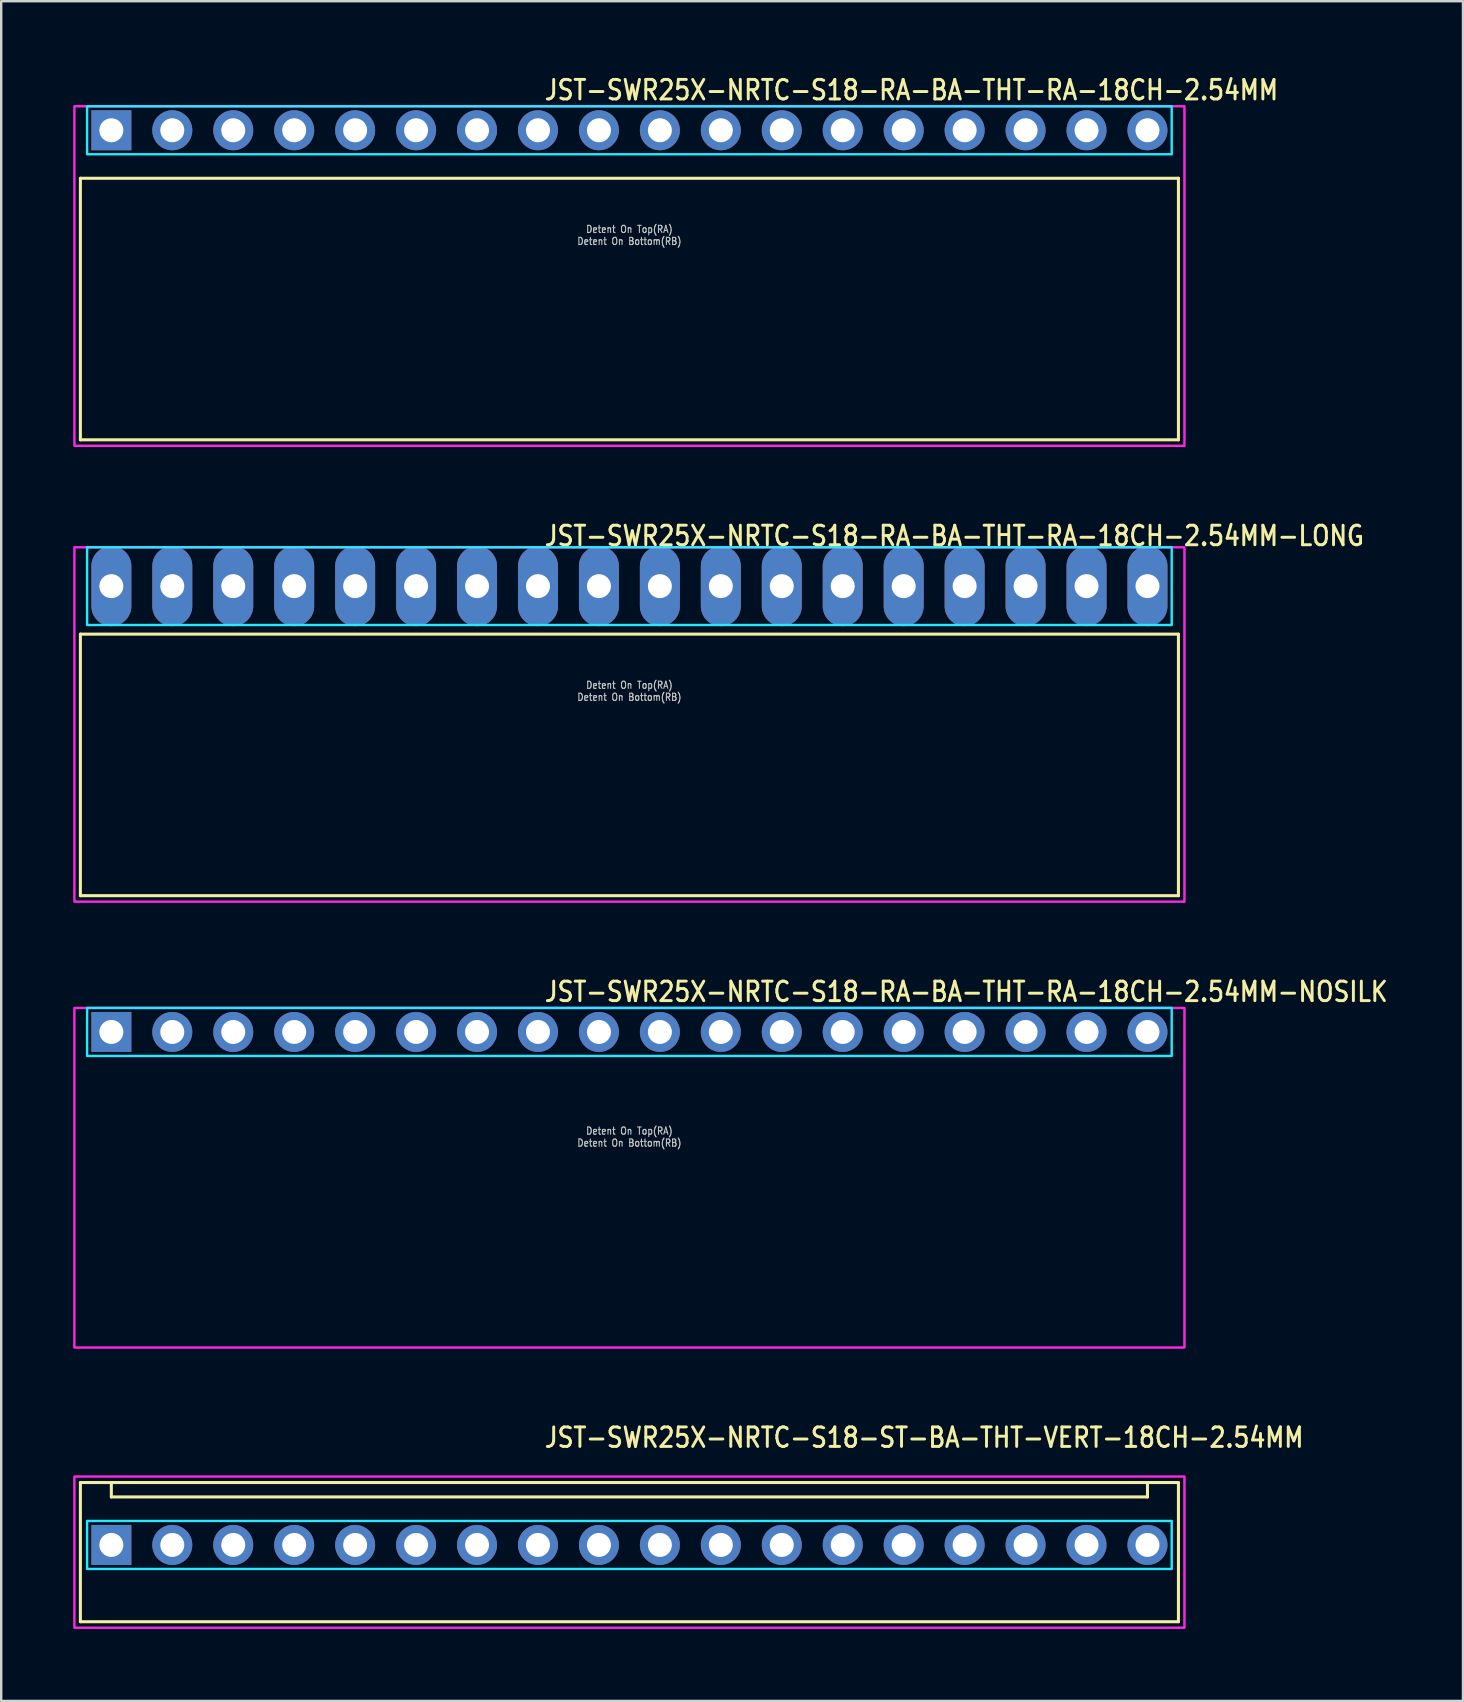
<source format=kicad_pcb>
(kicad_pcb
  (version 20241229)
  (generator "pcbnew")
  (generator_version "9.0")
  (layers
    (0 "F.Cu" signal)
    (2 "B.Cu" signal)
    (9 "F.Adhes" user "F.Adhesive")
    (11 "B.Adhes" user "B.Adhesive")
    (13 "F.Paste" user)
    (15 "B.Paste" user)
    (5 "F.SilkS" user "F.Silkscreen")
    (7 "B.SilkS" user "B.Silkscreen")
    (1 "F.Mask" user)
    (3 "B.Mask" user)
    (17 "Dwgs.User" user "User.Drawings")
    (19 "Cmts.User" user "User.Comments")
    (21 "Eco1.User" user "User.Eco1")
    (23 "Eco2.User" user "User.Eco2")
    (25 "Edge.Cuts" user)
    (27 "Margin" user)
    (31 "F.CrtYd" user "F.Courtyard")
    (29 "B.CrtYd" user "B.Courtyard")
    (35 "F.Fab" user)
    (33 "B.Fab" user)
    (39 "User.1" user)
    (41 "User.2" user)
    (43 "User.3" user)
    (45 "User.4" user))
  (footprint "JST-SWR25X-NRTC-S18-ST-BA-THT-VERT-18CH-2.54MM"
    (layer "F.Cu")
    (at 23.18 61.334)
    (property "Reference" "JST-SWR25X-NRTC-S18-ST-BA-THT-VERT-18CH-2.54MM" (at -3.6 -4 0) (unlocked yes) (layer "F.SilkS") (effects (font (size 0.813 0.695) (thickness 0.122)) (justify left bottom)))
    (fp_line (start -22.88 -2.6) (end 22.88 -2.6) (stroke (width 0.127) (type solid)) (layer "F.SilkS"))
    (fp_line (start -22.88 3.2) (end -22.88 -2.6) (stroke (width 0.127) (type solid)) (layer "F.SilkS"))
    (fp_line (start -22.88 3.2) (end 22.88 3.2) (stroke (width 0.127) (type solid)) (layer "F.SilkS"))
    (fp_line (start -21.59 -2.6) (end -21.59 -2) (stroke (width 0.127) (type solid)) (layer "F.SilkS"))
    (fp_line (start -21.59 -2) (end 21.59 -2) (stroke (width 0.127) (type solid)) (layer "F.SilkS"))
    (fp_line (start 21.59 -2.6) (end 21.59 -2) (stroke (width 0.127) (type solid)) (layer "F.SilkS"))
    (fp_line (start 22.88 -2.6) (end 22.88 3.2) (stroke (width 0.127) (type solid)) (layer "F.SilkS"))
    (fp_poly (pts (xy -22.6 -1) (xy -22.6 1) (xy 22.6 1) (xy 22.6 -1)) (stroke (width 0.1) (type solid)) (fill no) (layer "B.CrtYd"))
    (fp_poly (pts (xy -23.13 -2.85) (xy -23.13 3.45) (xy 23.13 3.45) (xy 23.13 -2.85)) (stroke (width 0.1) (type solid)) (fill no) (layer "F.CrtYd"))
    (pad "1" thru_hole rect (at -21.59 0) (size 1.667 1.667) (drill 1) (layers "*.Cu" "*.Mask"))
    (pad "2" thru_hole oval (at -19.05 0) (size 1.667 1.667) (drill 1) (layers "*.Cu" "*.Mask"))
    (pad "3" thru_hole oval (at -16.51 0) (size 1.667 1.667) (drill 1) (layers "*.Cu" "*.Mask"))
    (pad "4" thru_hole oval (at -13.97 0) (size 1.667 1.667) (drill 1) (layers "*.Cu" "*.Mask"))
    (pad "5" thru_hole oval (at -11.43 0) (size 1.667 1.667) (drill 1) (layers "*.Cu" "*.Mask"))
    (pad "6" thru_hole oval (at -8.89 0) (size 1.667 1.667) (drill 1) (layers "*.Cu" "*.Mask"))
    (pad "7" thru_hole oval (at -6.35 0) (size 1.667 1.667) (drill 1) (layers "*.Cu" "*.Mask"))
    (pad "8" thru_hole oval (at -3.81 0) (size 1.667 1.667) (drill 1) (layers "*.Cu" "*.Mask"))
    (pad "9" thru_hole oval (at -1.27 0) (size 1.667 1.667) (drill 1) (layers "*.Cu" "*.Mask"))
    (pad "10" thru_hole oval (at 1.27 0) (size 1.667 1.667) (drill 1) (layers "*.Cu" "*.Mask"))
    (pad "11" thru_hole oval (at 3.81 0) (size 1.667 1.667) (drill 1) (layers "*.Cu" "*.Mask"))
    (pad "12" thru_hole oval (at 6.35 0) (size 1.667 1.667) (drill 1) (layers "*.Cu" "*.Mask"))
    (pad "13" thru_hole oval (at 8.89 0) (size 1.667 1.667) (drill 1) (layers "*.Cu" "*.Mask"))
    (pad "14" thru_hole oval (at 11.43 0) (size 1.667 1.667) (drill 1) (layers "*.Cu" "*.Mask"))
    (pad "15" thru_hole oval (at 13.97 0) (size 1.667 1.667) (drill 1) (layers "*.Cu" "*.Mask"))
    (pad "16" thru_hole oval (at 16.51 0) (size 1.667 1.667) (drill 1) (layers "*.Cu" "*.Mask"))
    (pad "17" thru_hole oval (at 19.05 0) (size 1.667 1.667) (drill 1) (layers "*.Cu" "*.Mask"))
    (pad "18" thru_hole oval (at 21.59 0) (size 1.667 1.667) (drill 1) (layers "*.Cu" "*.Mask")))
  (footprint "JST-SWR25X-NRTC-S18-RA-BA-THT-RA-18CH-2.54MM"
    (layer "F.Cu")
    (at 23.18 2.379)
    (property "Reference" "JST-SWR25X-NRTC-S18-RA-BA-THT-RA-18CH-2.54MM" (at -3.6 -1.2 0) (unlocked yes) (layer "F.SilkS") (effects (font (size 0.813 0.695) (thickness 0.122)) (justify left bottom)))
    (fp_line (start -22.88 2) (end 22.88 2) (stroke (width 0.127) (type solid)) (layer "F.SilkS"))
    (fp_line (start -22.88 12.9) (end -22.88 2) (stroke (width 0.127) (type solid)) (layer "F.SilkS"))
    (fp_line (start -22.88 12.9) (end 22.88 12.9) (stroke (width 0.127) (type solid)) (layer "F.SilkS"))
    (fp_line (start 22.88 2) (end 22.88 12.9) (stroke (width 0.127) (type solid)) (layer "F.SilkS"))
    (fp_poly (pts (xy -22.6 -1) (xy -22.6 1) (xy 22.6 1) (xy 22.6 -1)) (stroke (width 0.1) (type solid)) (fill no) (layer "B.CrtYd"))
    (fp_poly (pts (xy -23.13 -1) (xy -23.13 13.15) (xy 23.13 13.15) (xy 23.13 -1)) (stroke (width 0.1) (type solid)) (fill no) (layer "F.CrtYd"))
    (fp_text user "Detent On Top(RA)" (at 0 4.3 0) (unlocked yes) (layer "Dwgs.User") (effects (font (size 0.3 0.257) (thickness 0.045)) (justify bottom)))
    (fp_text user "Detent On Bottom(RB)" (at 0 4.8 0) (unlocked yes) (layer "Dwgs.User") (effects (font (size 0.3 0.257) (thickness 0.045)) (justify bottom)))
    (pad "1" thru_hole rect (at -21.59 0) (size 1.667 1.667) (drill 1) (layers "*.Cu" "*.Mask"))
    (pad "2" thru_hole oval (at -19.05 0) (size 1.667 1.667) (drill 1) (layers "*.Cu" "*.Mask"))
    (pad "3" thru_hole oval (at -16.51 0) (size 1.667 1.667) (drill 1) (layers "*.Cu" "*.Mask"))
    (pad "4" thru_hole oval (at -13.97 0) (size 1.667 1.667) (drill 1) (layers "*.Cu" "*.Mask"))
    (pad "5" thru_hole oval (at -11.43 0) (size 1.667 1.667) (drill 1) (layers "*.Cu" "*.Mask"))
    (pad "6" thru_hole oval (at -8.89 0) (size 1.667 1.667) (drill 1) (layers "*.Cu" "*.Mask"))
    (pad "7" thru_hole oval (at -6.35 0) (size 1.667 1.667) (drill 1) (layers "*.Cu" "*.Mask"))
    (pad "8" thru_hole oval (at -3.81 0) (size 1.667 1.667) (drill 1) (layers "*.Cu" "*.Mask"))
    (pad "9" thru_hole oval (at -1.27 0) (size 1.667 1.667) (drill 1) (layers "*.Cu" "*.Mask"))
    (pad "10" thru_hole oval (at 1.27 0) (size 1.667 1.667) (drill 1) (layers "*.Cu" "*.Mask"))
    (pad "11" thru_hole oval (at 3.81 0) (size 1.667 1.667) (drill 1) (layers "*.Cu" "*.Mask"))
    (pad "12" thru_hole oval (at 6.35 0) (size 1.667 1.667) (drill 1) (layers "*.Cu" "*.Mask"))
    (pad "13" thru_hole oval (at 8.89 0) (size 1.667 1.667) (drill 1) (layers "*.Cu" "*.Mask"))
    (pad "14" thru_hole oval (at 11.43 0) (size 1.667 1.667) (drill 1) (layers "*.Cu" "*.Mask"))
    (pad "15" thru_hole oval (at 13.97 0) (size 1.667 1.667) (drill 1) (layers "*.Cu" "*.Mask"))
    (pad "16" thru_hole oval (at 16.51 0) (size 1.667 1.667) (drill 1) (layers "*.Cu" "*.Mask"))
    (pad "17" thru_hole oval (at 19.05 0) (size 1.667 1.667) (drill 1) (layers "*.Cu" "*.Mask"))
    (pad "18" thru_hole oval (at 21.59 0) (size 1.667 1.667) (drill 1) (layers "*.Cu" "*.Mask")))
  (footprint "JST-SWR25X-NRTC-S18-RA-BA-THT-RA-18CH-2.54MM-LONG"
    (layer "F.Cu")
    (at 23.18 21.377)
    (property "Reference" "JST-SWR25X-NRTC-S18-RA-BA-THT-RA-18CH-2.54MM-LONG" (at -3.6 -1.62 0) (unlocked yes) (layer "F.SilkS") (effects (font (size 0.813 0.695) (thickness 0.122)) (justify left bottom)))
    (fp_line (start -22.88 2) (end 22.88 2) (stroke (width 0.127) (type solid)) (layer "F.SilkS"))
    (fp_line (start -22.88 12.9) (end -22.88 2) (stroke (width 0.127) (type solid)) (layer "F.SilkS"))
    (fp_line (start -22.88 12.9) (end 22.88 12.9) (stroke (width 0.127) (type solid)) (layer "F.SilkS"))
    (fp_line (start 22.88 2) (end 22.88 12.9) (stroke (width 0.127) (type solid)) (layer "F.SilkS"))
    (fp_poly (pts (xy -22.6 -1.62) (xy -22.6 1.62) (xy 22.6 1.62) (xy 22.6 -1.62)) (stroke (width 0.1) (type solid)) (fill no) (layer "B.CrtYd"))
    (fp_poly (pts (xy -23.13 -1.62) (xy -23.13 13.15) (xy 23.13 13.15) (xy 23.13 -1.62)) (stroke (width 0.1) (type solid)) (fill no) (layer "F.CrtYd"))
    (fp_text user "Detent On Top(RA)" (at 0 4.3 0) (unlocked yes) (layer "Dwgs.User") (effects (font (size 0.3 0.257) (thickness 0.045)) (justify bottom)))
    (fp_text user "Detent On Bottom(RB)" (at 0 4.8 0) (unlocked yes) (layer "Dwgs.User") (effects (font (size 0.3 0.257) (thickness 0.045)) (justify bottom)))
    (pad "1" thru_hole oval (at -21.59 0 90) (size 3.333 1.667) (drill 1) (layers "*.Cu" "*.Mask"))
    (pad "2" thru_hole oval (at -19.05 0 90) (size 3.333 1.667) (drill 1) (layers "*.Cu" "*.Mask"))
    (pad "3" thru_hole oval (at -16.51 0 90) (size 3.333 1.667) (drill 1) (layers "*.Cu" "*.Mask"))
    (pad "4" thru_hole oval (at -13.97 0 90) (size 3.333 1.667) (drill 1) (layers "*.Cu" "*.Mask"))
    (pad "5" thru_hole oval (at -11.43 0 90) (size 3.333 1.667) (drill 1) (layers "*.Cu" "*.Mask"))
    (pad "6" thru_hole oval (at -8.89 0 90) (size 3.333 1.667) (drill 1) (layers "*.Cu" "*.Mask"))
    (pad "7" thru_hole oval (at -6.35 0 90) (size 3.333 1.667) (drill 1) (layers "*.Cu" "*.Mask"))
    (pad "8" thru_hole oval (at -3.81 0 90) (size 3.333 1.667) (drill 1) (layers "*.Cu" "*.Mask"))
    (pad "9" thru_hole oval (at -1.27 0 90) (size 3.333 1.667) (drill 1) (layers "*.Cu" "*.Mask"))
    (pad "10" thru_hole oval (at 1.27 0 90) (size 3.333 1.667) (drill 1) (layers "*.Cu" "*.Mask"))
    (pad "11" thru_hole oval (at 3.81 0 90) (size 3.333 1.667) (drill 1) (layers "*.Cu" "*.Mask"))
    (pad "12" thru_hole oval (at 6.35 0 90) (size 3.333 1.667) (drill 1) (layers "*.Cu" "*.Mask"))
    (pad "13" thru_hole oval (at 8.89 0 90) (size 3.333 1.667) (drill 1) (layers "*.Cu" "*.Mask"))
    (pad "14" thru_hole oval (at 11.43 0 90) (size 3.333 1.667) (drill 1) (layers "*.Cu" "*.Mask"))
    (pad "15" thru_hole oval (at 13.97 0 90) (size 3.333 1.667) (drill 1) (layers "*.Cu" "*.Mask"))
    (pad "16" thru_hole oval (at 16.51 0 90) (size 3.333 1.667) (drill 1) (layers "*.Cu" "*.Mask"))
    (pad "17" thru_hole oval (at 19.05 0 90) (size 3.333 1.667) (drill 1) (layers "*.Cu" "*.Mask"))
    (pad "18" thru_hole oval (at 21.59 0 90) (size 3.333 1.667) (drill 1) (layers "*.Cu" "*.Mask")))
  (footprint "JST-SWR25X-NRTC-S18-RA-BA-THT-RA-18CH-2.54MM-NOSILK"
    (layer "F.Cu")
    (at 23.18 39.956)
    (property "Reference" "JST-SWR25X-NRTC-S18-RA-BA-THT-RA-18CH-2.54MM-NOSILK" (at -3.6 -1.2 0) (unlocked yes) (layer "F.SilkS") (effects (font (size 0.813 0.695) (thickness 0.122)) (justify left bottom)))
    (fp_poly (pts (xy -22.6 -1) (xy -22.6 1) (xy 22.6 1) (xy 22.6 -1)) (stroke (width 0.1) (type solid)) (fill no) (layer "B.CrtYd"))
    (fp_poly (pts (xy -23.13 -1) (xy -23.13 13.15) (xy 23.13 13.15) (xy 23.13 -1)) (stroke (width 0.1) (type solid)) (fill no) (layer "F.CrtYd"))
    (fp_text user "Detent On Bottom(RB)" (at 0 4.8 0) (unlocked yes) (layer "Dwgs.User") (effects (font (size 0.3 0.257) (thickness 0.045)) (justify bottom)))
    (fp_text user "Detent On Top(RA)" (at 0 4.3 0) (unlocked yes) (layer "Dwgs.User") (effects (font (size 0.3 0.257) (thickness 0.045)) (justify bottom)))
    (pad "1" thru_hole rect (at -21.59 0) (size 1.667 1.667) (drill 1) (layers "*.Cu" "*.Mask"))
    (pad "2" thru_hole oval (at -19.05 0) (size 1.667 1.667) (drill 1) (layers "*.Cu" "*.Mask"))
    (pad "3" thru_hole oval (at -16.51 0) (size 1.667 1.667) (drill 1) (layers "*.Cu" "*.Mask"))
    (pad "4" thru_hole oval (at -13.97 0) (size 1.667 1.667) (drill 1) (layers "*.Cu" "*.Mask"))
    (pad "5" thru_hole oval (at -11.43 0) (size 1.667 1.667) (drill 1) (layers "*.Cu" "*.Mask"))
    (pad "6" thru_hole oval (at -8.89 0) (size 1.667 1.667) (drill 1) (layers "*.Cu" "*.Mask"))
    (pad "7" thru_hole oval (at -6.35 0) (size 1.667 1.667) (drill 1) (layers "*.Cu" "*.Mask"))
    (pad "8" thru_hole oval (at -3.81 0) (size 1.667 1.667) (drill 1) (layers "*.Cu" "*.Mask"))
    (pad "9" thru_hole oval (at -1.27 0) (size 1.667 1.667) (drill 1) (layers "*.Cu" "*.Mask"))
    (pad "10" thru_hole oval (at 1.27 0) (size 1.667 1.667) (drill 1) (layers "*.Cu" "*.Mask"))
    (pad "11" thru_hole oval (at 3.81 0) (size 1.667 1.667) (drill 1) (layers "*.Cu" "*.Mask"))
    (pad "12" thru_hole oval (at 6.35 0) (size 1.667 1.667) (drill 1) (layers "*.Cu" "*.Mask"))
    (pad "13" thru_hole oval (at 8.89 0) (size 1.667 1.667) (drill 1) (layers "*.Cu" "*.Mask"))
    (pad "14" thru_hole oval (at 11.43 0) (size 1.667 1.667) (drill 1) (layers "*.Cu" "*.Mask"))
    (pad "15" thru_hole oval (at 13.97 0) (size 1.667 1.667) (drill 1) (layers "*.Cu" "*.Mask"))
    (pad "16" thru_hole oval (at 16.51 0) (size 1.667 1.667) (drill 1) (layers "*.Cu" "*.Mask"))
    (pad "17" thru_hole oval (at 19.05 0) (size 1.667 1.667) (drill 1) (layers "*.Cu" "*.Mask"))
    (pad "18" thru_hole oval (at 21.59 0) (size 1.667 1.667) (drill 1) (layers "*.Cu" "*.Mask")))
  (gr_rect
    (start -3 -3)
    (end 57.918 67.834)
    (stroke (width 0.1) (type default))
    (fill no)
    (layer "Edge.Cuts")))
</source>
